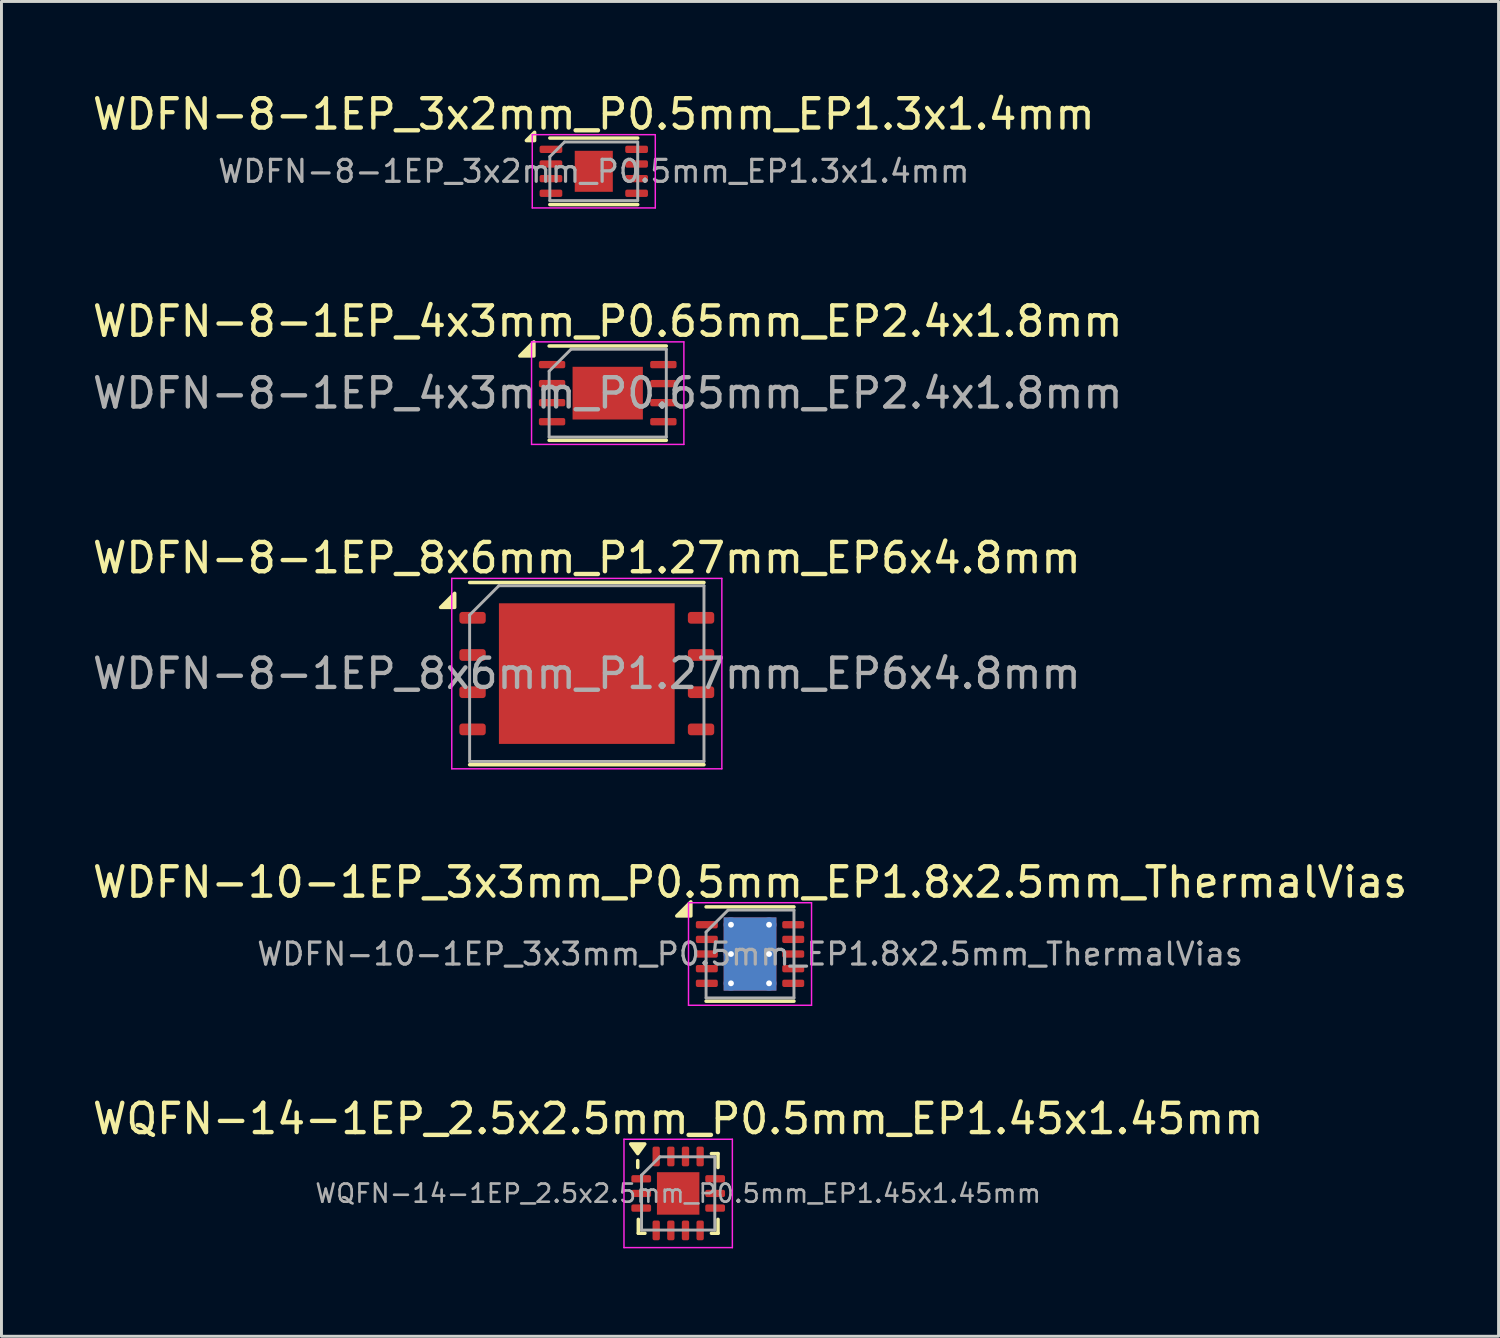
<source format=kicad_pcb>
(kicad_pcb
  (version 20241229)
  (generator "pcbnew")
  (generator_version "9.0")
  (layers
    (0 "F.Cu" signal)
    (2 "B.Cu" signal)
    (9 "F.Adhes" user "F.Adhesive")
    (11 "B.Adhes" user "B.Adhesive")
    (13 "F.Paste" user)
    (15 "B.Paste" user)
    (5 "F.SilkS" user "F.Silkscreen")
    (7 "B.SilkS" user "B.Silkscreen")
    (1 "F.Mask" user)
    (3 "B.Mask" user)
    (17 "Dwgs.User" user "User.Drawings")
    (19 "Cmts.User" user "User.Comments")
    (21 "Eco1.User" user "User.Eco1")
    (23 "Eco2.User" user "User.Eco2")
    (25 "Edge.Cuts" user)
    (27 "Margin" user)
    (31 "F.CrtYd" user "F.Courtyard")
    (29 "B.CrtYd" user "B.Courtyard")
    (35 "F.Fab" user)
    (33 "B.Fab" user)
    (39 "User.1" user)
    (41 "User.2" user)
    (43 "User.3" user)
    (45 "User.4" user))
  (footprint "WDFN-8-1EP_8x6mm_P1.27mm_EP6x4.8mm"
    (layer "F.Cu")
    (at 16.982 19.945)
    (property "Reference" "WDFN-8-1EP_8x6mm_P1.27mm_EP6x4.8mm" (at 0 -3.95 0) (layer "F.SilkS") (effects (font (size 1 1) (thickness 0.15))))
    (attr smd)
    (fp_line (start -4 -3.11) (end 4 -3.11) (stroke (width 0.12) (type solid)) (layer "F.SilkS"))
    (fp_line (start -4 3.11) (end 4 3.11) (stroke (width 0.12) (type solid)) (layer "F.SilkS"))
    (fp_poly (pts (xy -4.51 -2.26) (xy -4.99 -2.26) (xy -4.51 -2.74) (xy -4.51 -2.26)) (stroke (width 0.12) (type solid)) (fill yes) (layer "F.SilkS"))
    (fp_line (start -4.61 -3.25) (end -4.61 3.25) (stroke (width 0.05) (type solid)) (layer "F.CrtYd"))
    (fp_line (start -4.61 3.25) (end 4.61 3.25) (stroke (width 0.05) (type solid)) (layer "F.CrtYd"))
    (fp_line (start 4.61 -3.25) (end -4.61 -3.25) (stroke (width 0.05) (type solid)) (layer "F.CrtYd"))
    (fp_line (start 4.61 3.25) (end 4.61 -3.25) (stroke (width 0.05) (type solid)) (layer "F.CrtYd"))
    (fp_line (start -4 -2) (end -3 -3) (stroke (width 0.1) (type solid)) (layer "F.Fab"))
    (fp_line (start -4 3) (end -4 -2) (stroke (width 0.1) (type solid)) (layer "F.Fab"))
    (fp_line (start -3 -3) (end 4 -3) (stroke (width 0.1) (type solid)) (layer "F.Fab"))
    (fp_line (start 4 -3) (end 4 3) (stroke (width 0.1) (type solid)) (layer "F.Fab"))
    (fp_line (start 4 3) (end -4 3) (stroke (width 0.1) (type solid)) (layer "F.Fab"))
    (fp_text user "${REFERENCE}" (at 0 0 0) (layer "F.Fab") (effects (font (size 1 1) (thickness 0.15))))
    (pad "" smd roundrect (at -2.25 -1.6) (size 1.21 1.29) (layers "F.Paste") (roundrect_rratio 0.207))
    (pad "" smd roundrect (at -2.25 0) (size 1.21 1.29) (layers "F.Paste") (roundrect_rratio 0.207))
    (pad "" smd roundrect (at -2.25 1.6) (size 1.21 1.29) (layers "F.Paste") (roundrect_rratio 0.207))
    (pad "" smd roundrect (at -0.75 -1.6) (size 1.21 1.29) (layers "F.Paste") (roundrect_rratio 0.207))
    (pad "" smd roundrect (at -0.75 0) (size 1.21 1.29) (layers "F.Paste") (roundrect_rratio 0.207))
    (pad "" smd roundrect (at -0.75 1.6) (size 1.21 1.29) (layers "F.Paste") (roundrect_rratio 0.207))
    (pad "" smd roundrect (at 0.75 -1.6) (size 1.21 1.29) (layers "F.Paste") (roundrect_rratio 0.207))
    (pad "" smd roundrect (at 0.75 0) (size 1.21 1.29) (layers "F.Paste") (roundrect_rratio 0.207))
    (pad "" smd roundrect (at 0.75 1.6) (size 1.21 1.29) (layers "F.Paste") (roundrect_rratio 0.207))
    (pad "" smd roundrect (at 2.25 -1.6) (size 1.21 1.29) (layers "F.Paste") (roundrect_rratio 0.207))
    (pad "" smd roundrect (at 2.25 0) (size 1.21 1.29) (layers "F.Paste") (roundrect_rratio 0.207))
    (pad "" smd roundrect (at 2.25 1.6) (size 1.21 1.29) (layers "F.Paste") (roundrect_rratio 0.207))
    (pad "1" smd roundrect (at -3.9 -1.905) (size 0.9 0.4) (layers "F.Cu" "F.Mask" "F.Paste") (roundrect_rratio 0.25))
    (pad "2" smd roundrect (at -3.9 -0.635) (size 0.9 0.4) (layers "F.Cu" "F.Mask" "F.Paste") (roundrect_rratio 0.25))
    (pad "3" smd roundrect (at -3.9 0.635) (size 0.9 0.4) (layers "F.Cu" "F.Mask" "F.Paste") (roundrect_rratio 0.25))
    (pad "4" smd roundrect (at -3.9 1.905) (size 0.9 0.4) (layers "F.Cu" "F.Mask" "F.Paste") (roundrect_rratio 0.25))
    (pad "5" smd roundrect (at 3.9 1.905) (size 0.9 0.4) (layers "F.Cu" "F.Mask" "F.Paste") (roundrect_rratio 0.25))
    (pad "6" smd roundrect (at 3.9 0.635) (size 0.9 0.4) (layers "F.Cu" "F.Mask" "F.Paste") (roundrect_rratio 0.25))
    (pad "7" smd roundrect (at 3.9 -0.635) (size 0.9 0.4) (layers "F.Cu" "F.Mask" "F.Paste") (roundrect_rratio 0.25))
    (pad "8" smd roundrect (at 3.9 -1.905) (size 0.9 0.4) (layers "F.Cu" "F.Mask" "F.Paste") (roundrect_rratio 0.25))
    (pad "9" smd rect (at 0 0) (size 6 4.8) (property pad_prop_heatsink) (layers "F.Cu" "F.Mask")))
  (footprint "WDFN-8-1EP_4x3mm_P0.65mm_EP2.4x1.8mm"
    (layer "F.Cu")
    (at 17.696 10.371)
    (property "Reference" "WDFN-8-1EP_4x3mm_P0.65mm_EP2.4x1.8mm" (at 0 -2.45 0) (layer "F.SilkS") (effects (font (size 1 1) (thickness 0.15))))
    (attr smd)
    (fp_line (start -2 -1.61) (end 2 -1.61) (stroke (width 0.12) (type solid)) (layer "F.SilkS"))
    (fp_line (start -2 1.61) (end 2 1.61) (stroke (width 0.12) (type solid)) (layer "F.SilkS"))
    (fp_poly (pts (xy -2.52 -1.27) (xy -3 -1.27) (xy -2.52 -1.75) (xy -2.52 -1.27)) (stroke (width 0.12) (type solid)) (fill yes) (layer "F.SilkS"))
    (fp_line (start -2.6 -1.75) (end -2.6 1.75) (stroke (width 0.05) (type solid)) (layer "F.CrtYd"))
    (fp_line (start -2.6 1.75) (end 2.6 1.75) (stroke (width 0.05) (type solid)) (layer "F.CrtYd"))
    (fp_line (start 2.6 -1.75) (end -2.6 -1.75) (stroke (width 0.05) (type solid)) (layer "F.CrtYd"))
    (fp_line (start 2.6 1.75) (end 2.6 -1.75) (stroke (width 0.05) (type solid)) (layer "F.CrtYd"))
    (fp_line (start -2 -0.75) (end -1.25 -1.5) (stroke (width 0.1) (type solid)) (layer "F.Fab"))
    (fp_line (start -2 1.5) (end -2 -0.75) (stroke (width 0.1) (type solid)) (layer "F.Fab"))
    (fp_line (start -1.25 -1.5) (end 2 -1.5) (stroke (width 0.1) (type solid)) (layer "F.Fab"))
    (fp_line (start 2 -1.5) (end 2 1.5) (stroke (width 0.1) (type solid)) (layer "F.Fab"))
    (fp_line (start 2 1.5) (end -2 1.5) (stroke (width 0.1) (type solid)) (layer "F.Fab"))
    (fp_text user "${REFERENCE}" (at 0 0 0) (layer "F.Fab") (effects (font (size 1 1) (thickness 0.15))))
    (pad "" smd roundrect (at -0.6 -0.45) (size 0.97 0.73) (layers "F.Paste") (roundrect_rratio 0.25))
    (pad "" smd roundrect (at -0.6 0.45) (size 0.97 0.73) (layers "F.Paste") (roundrect_rratio 0.25))
    (pad "" smd roundrect (at 0.6 -0.45) (size 0.97 0.73) (layers "F.Paste") (roundrect_rratio 0.25))
    (pad "" smd roundrect (at 0.6 0.45) (size 0.97 0.73) (layers "F.Paste") (roundrect_rratio 0.25))
    (pad "1" smd roundrect (at -1.9 -0.975) (size 0.9 0.25) (layers "F.Cu" "F.Mask" "F.Paste") (roundrect_rratio 0.25))
    (pad "2" smd roundrect (at -1.9 -0.325) (size 0.9 0.25) (layers "F.Cu" "F.Mask" "F.Paste") (roundrect_rratio 0.25))
    (pad "3" smd roundrect (at -1.9 0.325) (size 0.9 0.25) (layers "F.Cu" "F.Mask" "F.Paste") (roundrect_rratio 0.25))
    (pad "4" smd roundrect (at -1.9 0.975) (size 0.9 0.25) (layers "F.Cu" "F.Mask" "F.Paste") (roundrect_rratio 0.25))
    (pad "5" smd roundrect (at 1.9 0.975) (size 0.9 0.25) (layers "F.Cu" "F.Mask" "F.Paste") (roundrect_rratio 0.25))
    (pad "6" smd roundrect (at 1.9 0.325) (size 0.9 0.25) (layers "F.Cu" "F.Mask" "F.Paste") (roundrect_rratio 0.25))
    (pad "7" smd roundrect (at 1.9 -0.325) (size 0.9 0.25) (layers "F.Cu" "F.Mask" "F.Paste") (roundrect_rratio 0.25))
    (pad "8" smd roundrect (at 1.9 -0.975) (size 0.9 0.25) (layers "F.Cu" "F.Mask" "F.Paste") (roundrect_rratio 0.25))
    (pad "9" smd rect (at 0 0) (size 2.4 1.8) (property pad_prop_heatsink) (layers "F.Cu" "F.Mask")))
  (footprint "WDFN-8-1EP_3x2mm_P0.5mm_EP1.3x1.4mm"
    (layer "F.Cu")
    (at 17.22 2.798)
    (property "Reference" "WDFN-8-1EP_3x2mm_P0.5mm_EP1.3x1.4mm" (at 0 -1.95 0) (layer "F.SilkS") (effects (font (size 1 1) (thickness 0.15))))
    (attr smd)
    (fp_line (start -1.5 -1.135) (end 1.5 -1.135) (stroke (width 0.12) (type solid)) (layer "F.SilkS"))
    (fp_line (start -1.5 1.135) (end 1.5 1.135) (stroke (width 0.12) (type solid)) (layer "F.SilkS"))
    (fp_poly (pts (xy -2.02 -1.05) (xy -2.3 -1.05) (xy -2.02 -1.33) (xy -2.02 -1.05)) (stroke (width 0.12) (type solid)) (fill yes) (layer "F.SilkS"))
    (fp_line (start -2.1 -1.25) (end -2.1 1.25) (stroke (width 0.05) (type solid)) (layer "F.CrtYd"))
    (fp_line (start -2.1 1.25) (end 2.1 1.25) (stroke (width 0.05) (type solid)) (layer "F.CrtYd"))
    (fp_line (start 2.1 -1.25) (end -2.1 -1.25) (stroke (width 0.05) (type solid)) (layer "F.CrtYd"))
    (fp_line (start 2.1 1.25) (end 2.1 -1.25) (stroke (width 0.05) (type solid)) (layer "F.CrtYd"))
    (fp_line (start -1.5 -0.5) (end -1 -1) (stroke (width 0.1) (type solid)) (layer "F.Fab"))
    (fp_line (start -1.5 1) (end -1.5 -0.5) (stroke (width 0.1) (type solid)) (layer "F.Fab"))
    (fp_line (start -1 -1) (end 1.5 -1) (stroke (width 0.1) (type solid)) (layer "F.Fab"))
    (fp_line (start 1.5 -1) (end 1.5 1) (stroke (width 0.1) (type solid)) (layer "F.Fab"))
    (fp_line (start 1.5 1) (end -1.5 1) (stroke (width 0.1) (type solid)) (layer "F.Fab"))
    (fp_text user "${REFERENCE}" (at 0 0 0) (layer "F.Fab") (effects (font (size 0.75 0.75) (thickness 0.11))))
    (pad "" smd roundrect (at -0.325 -0.35) (size 0.52 0.56) (layers "F.Paste") (roundrect_rratio 0.25))
    (pad "" smd roundrect (at -0.325 0.35) (size 0.52 0.56) (layers "F.Paste") (roundrect_rratio 0.25))
    (pad "" smd roundrect (at 0.325 -0.35) (size 0.52 0.56) (layers "F.Paste") (roundrect_rratio 0.25))
    (pad "" smd roundrect (at 0.325 0.35) (size 0.52 0.56) (layers "F.Paste") (roundrect_rratio 0.25))
    (pad "1" smd roundrect (at -1.462 -0.75) (size 0.775 0.25) (layers "F.Cu" "F.Mask" "F.Paste") (roundrect_rratio 0.25))
    (pad "2" smd roundrect (at -1.462 -0.25) (size 0.775 0.25) (layers "F.Cu" "F.Mask" "F.Paste") (roundrect_rratio 0.25))
    (pad "3" smd roundrect (at -1.462 0.25) (size 0.775 0.25) (layers "F.Cu" "F.Mask" "F.Paste") (roundrect_rratio 0.25))
    (pad "4" smd roundrect (at -1.462 0.75) (size 0.775 0.25) (layers "F.Cu" "F.Mask" "F.Paste") (roundrect_rratio 0.25))
    (pad "5" smd roundrect (at 1.462 0.75) (size 0.775 0.25) (layers "F.Cu" "F.Mask" "F.Paste") (roundrect_rratio 0.25))
    (pad "6" smd roundrect (at 1.462 0.25) (size 0.775 0.25) (layers "F.Cu" "F.Mask" "F.Paste") (roundrect_rratio 0.25))
    (pad "7" smd roundrect (at 1.462 -0.25) (size 0.775 0.25) (layers "F.Cu" "F.Mask" "F.Paste") (roundrect_rratio 0.25))
    (pad "8" smd roundrect (at 1.462 -0.75) (size 0.775 0.25) (layers "F.Cu" "F.Mask" "F.Paste") (roundrect_rratio 0.25))
    (pad "9" smd rect (at 0 0) (size 1.3 1.4) (property pad_prop_heatsink) (layers "F.Cu" "F.Mask")))
  (footprint "WDFN-10-1EP_3x3mm_P0.5mm_EP1.8x2.5mm_ThermalVias"
    (layer "F.Cu")
    (at 22.554 29.518)
    (property "Reference" "WDFN-10-1EP_3x3mm_P0.5mm_EP1.8x2.5mm_ThermalVias" (at 0 -2.45 0) (layer "F.SilkS") (effects (font (size 1 1) (thickness 0.15))))
    (attr smd)
    (fp_line (start -1.5 -1.61) (end 1.5 -1.61) (stroke (width 0.12) (type solid)) (layer "F.SilkS"))
    (fp_line (start -1.5 1.61) (end 1.5 1.61) (stroke (width 0.12) (type solid)) (layer "F.SilkS"))
    (fp_poly (pts (xy -2.02 -1.3) (xy -2.5 -1.3) (xy -2.02 -1.78) (xy -2.02 -1.3)) (stroke (width 0.12) (type solid)) (fill yes) (layer "F.SilkS"))
    (fp_line (start -2.1 -1.75) (end -2.1 1.75) (stroke (width 0.05) (type solid)) (layer "F.CrtYd"))
    (fp_line (start -2.1 1.75) (end 2.1 1.75) (stroke (width 0.05) (type solid)) (layer "F.CrtYd"))
    (fp_line (start 2.1 -1.75) (end -2.1 -1.75) (stroke (width 0.05) (type solid)) (layer "F.CrtYd"))
    (fp_line (start 2.1 1.75) (end 2.1 -1.75) (stroke (width 0.05) (type solid)) (layer "F.CrtYd"))
    (fp_line (start -1.5 -0.75) (end -0.75 -1.5) (stroke (width 0.1) (type solid)) (layer "F.Fab"))
    (fp_line (start -1.5 1.5) (end -1.5 -0.75) (stroke (width 0.1) (type solid)) (layer "F.Fab"))
    (fp_line (start -0.75 -1.5) (end 1.5 -1.5) (stroke (width 0.1) (type solid)) (layer "F.Fab"))
    (fp_line (start 1.5 -1.5) (end 1.5 1.5) (stroke (width 0.1) (type solid)) (layer "F.Fab"))
    (fp_line (start 1.5 1.5) (end -1.5 1.5) (stroke (width 0.1) (type solid)) (layer "F.Fab"))
    (fp_text user "${REFERENCE}" (at 0 0 0) (layer "F.Fab") (effects (font (size 0.75 0.75) (thickness 0.11))))
    (pad "" smd roundrect (at -0.45 -0.625) (size 0.73 1.01) (layers "F.Paste") (roundrect_rratio 0.25))
    (pad "" smd roundrect (at -0.45 0.625) (size 0.73 1.01) (layers "F.Paste") (roundrect_rratio 0.25))
    (pad "" smd roundrect (at 0.45 -0.625) (size 0.73 1.01) (layers "F.Paste") (roundrect_rratio 0.25))
    (pad "" smd roundrect (at 0.45 0.625) (size 0.73 1.01) (layers "F.Paste") (roundrect_rratio 0.25))
    (pad "1" smd roundrect (at -1.475 -1) (size 0.75 0.25) (layers "F.Cu" "F.Mask" "F.Paste") (roundrect_rratio 0.25))
    (pad "2" smd roundrect (at -1.475 -0.5) (size 0.75 0.25) (layers "F.Cu" "F.Mask" "F.Paste") (roundrect_rratio 0.25))
    (pad "3" smd roundrect (at -1.475 0) (size 0.75 0.25) (layers "F.Cu" "F.Mask" "F.Paste") (roundrect_rratio 0.25))
    (pad "4" smd roundrect (at -1.475 0.5) (size 0.75 0.25) (layers "F.Cu" "F.Mask" "F.Paste") (roundrect_rratio 0.25))
    (pad "5" smd roundrect (at -1.475 1) (size 0.75 0.25) (layers "F.Cu" "F.Mask" "F.Paste") (roundrect_rratio 0.25))
    (pad "6" smd roundrect (at 1.475 1) (size 0.75 0.25) (layers "F.Cu" "F.Mask" "F.Paste") (roundrect_rratio 0.25))
    (pad "7" smd roundrect (at 1.475 0.5) (size 0.75 0.25) (layers "F.Cu" "F.Mask" "F.Paste") (roundrect_rratio 0.25))
    (pad "8" smd roundrect (at 1.475 0) (size 0.75 0.25) (layers "F.Cu" "F.Mask" "F.Paste") (roundrect_rratio 0.25))
    (pad "9" smd roundrect (at 1.475 -0.5) (size 0.75 0.25) (layers "F.Cu" "F.Mask" "F.Paste") (roundrect_rratio 0.25))
    (pad "10" smd roundrect (at 1.475 -1) (size 0.75 0.25) (layers "F.Cu" "F.Mask" "F.Paste") (roundrect_rratio 0.25))
    (pad "11" thru_hole circle (at -0.65 -1) (size 0.5 0.5) (drill 0.2) (property pad_prop_heatsink) (layers "*.Cu"))
    (pad "11" thru_hole circle (at -0.65 0) (size 0.5 0.5) (drill 0.2) (property pad_prop_heatsink) (layers "*.Cu"))
    (pad "11" thru_hole circle (at -0.65 1) (size 0.5 0.5) (drill 0.2) (property pad_prop_heatsink) (layers "*.Cu"))
    (pad "11" smd rect (at 0 0) (size 1.8 2.5) (property pad_prop_heatsink) (layers "F.Cu" "F.Mask"))
    (pad "11" smd rect (at 0 0) (size 1.8 2.5) (property pad_prop_heatsink) (layers "B.Cu"))
    (pad "11" thru_hole circle (at 0.65 -1) (size 0.5 0.5) (drill 0.2) (property pad_prop_heatsink) (layers "*.Cu"))
    (pad "11" thru_hole circle (at 0.65 0) (size 0.5 0.5) (drill 0.2) (property pad_prop_heatsink) (layers "*.Cu"))
    (pad "11" thru_hole circle (at 0.65 1) (size 0.5 0.5) (drill 0.2) (property pad_prop_heatsink) (layers "*.Cu")))
  (footprint "WQFN-14-1EP_2.5x2.5mm_P0.5mm_EP1.45x1.45mm"
    (layer "F.Cu")
    (at 20.101 37.691)
    (property "Reference" "WQFN-14-1EP_2.5x2.5mm_P0.5mm_EP1.45x1.45mm" (at 0 -2.55 0) (layer "F.SilkS") (effects (font (size 1 1) (thickness 0.15))))
    (attr smd)
    (fp_line (start -1.38 -0.885) (end -1.38 -1.12) (stroke (width 0.12) (type solid)) (layer "F.SilkS"))
    (fp_line (start -1.36 1.36) (end -1.36 0.885) (stroke (width 0.12) (type solid)) (layer "F.SilkS"))
    (fp_line (start -1.135 1.36) (end -1.36 1.36) (stroke (width 0.12) (type solid)) (layer "F.SilkS"))
    (fp_line (start 1.135 -1.36) (end 1.36 -1.36) (stroke (width 0.12) (type solid)) (layer "F.SilkS"))
    (fp_line (start 1.135 1.36) (end 1.36 1.36) (stroke (width 0.12) (type solid)) (layer "F.SilkS"))
    (fp_line (start 1.36 -1.36) (end 1.36 -0.885) (stroke (width 0.12) (type solid)) (layer "F.SilkS"))
    (fp_line (start 1.36 1.36) (end 1.36 0.885) (stroke (width 0.12) (type solid)) (layer "F.SilkS"))
    (fp_poly (pts (xy -1.38 -1.36) (xy -1.62 -1.69) (xy -1.14 -1.69) (xy -1.38 -1.36)) (stroke (width 0.12) (type solid)) (fill yes) (layer "F.SilkS"))
    (fp_line (start -1.85 -1.85) (end -1.85 1.85) (stroke (width 0.05) (type solid)) (layer "F.CrtYd"))
    (fp_line (start -1.85 1.85) (end 1.85 1.85) (stroke (width 0.05) (type solid)) (layer "F.CrtYd"))
    (fp_line (start 1.85 -1.85) (end -1.85 -1.85) (stroke (width 0.05) (type solid)) (layer "F.CrtYd"))
    (fp_line (start 1.85 1.85) (end 1.85 -1.85) (stroke (width 0.05) (type solid)) (layer "F.CrtYd"))
    (fp_line (start -1.25 -0.625) (end -0.625 -1.25) (stroke (width 0.1) (type solid)) (layer "F.Fab"))
    (fp_line (start -1.25 1.25) (end -1.25 -0.625) (stroke (width 0.1) (type solid)) (layer "F.Fab"))
    (fp_line (start -0.625 -1.25) (end 1.25 -1.25) (stroke (width 0.1) (type solid)) (layer "F.Fab"))
    (fp_line (start 1.25 -1.25) (end 1.25 1.25) (stroke (width 0.1) (type solid)) (layer "F.Fab"))
    (fp_line (start 1.25 1.25) (end -1.25 1.25) (stroke (width 0.1) (type solid)) (layer "F.Fab"))
    (fp_text user "${REFERENCE}" (at 0 0 0) (layer "F.Fab") (effects (font (size 0.62 0.62) (thickness 0.09))))
    (pad "" smd roundrect (at -0.36 -0.36) (size 0.58 0.58) (layers "F.Paste") (roundrect_rratio 0.25))
    (pad "" smd roundrect (at -0.36 0.36) (size 0.58 0.58) (layers "F.Paste") (roundrect_rratio 0.25))
    (pad "" smd roundrect (at 0.36 -0.36) (size 0.58 0.58) (layers "F.Paste") (roundrect_rratio 0.25))
    (pad "" smd roundrect (at 0.36 0.36) (size 0.58 0.58) (layers "F.Paste") (roundrect_rratio 0.25))
    (pad "1" smd roundrect (at -1.262 -0.5) (size 0.675 0.25) (layers "F.Cu" "F.Mask" "F.Paste") (roundrect_rratio 0.25))
    (pad "2" smd roundrect (at -1.262 0) (size 0.675 0.25) (layers "F.Cu" "F.Mask" "F.Paste") (roundrect_rratio 0.25))
    (pad "3" smd roundrect (at -1.262 0.5) (size 0.675 0.25) (layers "F.Cu" "F.Mask" "F.Paste") (roundrect_rratio 0.25))
    (pad "4" smd roundrect (at -0.75 1.262) (size 0.25 0.675) (layers "F.Cu" "F.Mask" "F.Paste") (roundrect_rratio 0.25))
    (pad "5" smd roundrect (at -0.25 1.262) (size 0.25 0.675) (layers "F.Cu" "F.Mask" "F.Paste") (roundrect_rratio 0.25))
    (pad "6" smd roundrect (at 0.25 1.262) (size 0.25 0.675) (layers "F.Cu" "F.Mask" "F.Paste") (roundrect_rratio 0.25))
    (pad "7" smd roundrect (at 0.75 1.262) (size 0.25 0.675) (layers "F.Cu" "F.Mask" "F.Paste") (roundrect_rratio 0.25))
    (pad "8" smd roundrect (at 1.262 0.5) (size 0.675 0.25) (layers "F.Cu" "F.Mask" "F.Paste") (roundrect_rratio 0.25))
    (pad "9" smd roundrect (at 1.262 0) (size 0.675 0.25) (layers "F.Cu" "F.Mask" "F.Paste") (roundrect_rratio 0.25))
    (pad "10" smd roundrect (at 1.262 -0.5) (size 0.675 0.25) (layers "F.Cu" "F.Mask" "F.Paste") (roundrect_rratio 0.25))
    (pad "11" smd roundrect (at 0.75 -1.262) (size 0.25 0.675) (layers "F.Cu" "F.Mask" "F.Paste") (roundrect_rratio 0.25))
    (pad "12" smd roundrect (at 0.25 -1.262) (size 0.25 0.675) (layers "F.Cu" "F.Mask" "F.Paste") (roundrect_rratio 0.25))
    (pad "13" smd roundrect (at -0.25 -1.262) (size 0.25 0.675) (layers "F.Cu" "F.Mask" "F.Paste") (roundrect_rratio 0.25))
    (pad "14" smd roundrect (at -0.75 -1.262) (size 0.25 0.675) (layers "F.Cu" "F.Mask" "F.Paste") (roundrect_rratio 0.25))
    (pad "15" smd rect (at 0 0) (size 1.45 1.45) (property pad_prop_heatsink) (layers "F.Cu" "F.Mask")))
  (gr_rect
    (start -3 -3)
    (end 48.107 42.566)
    (stroke (width 0.1) (type default))
    (fill no)
    (layer "Edge.Cuts")))
</source>
